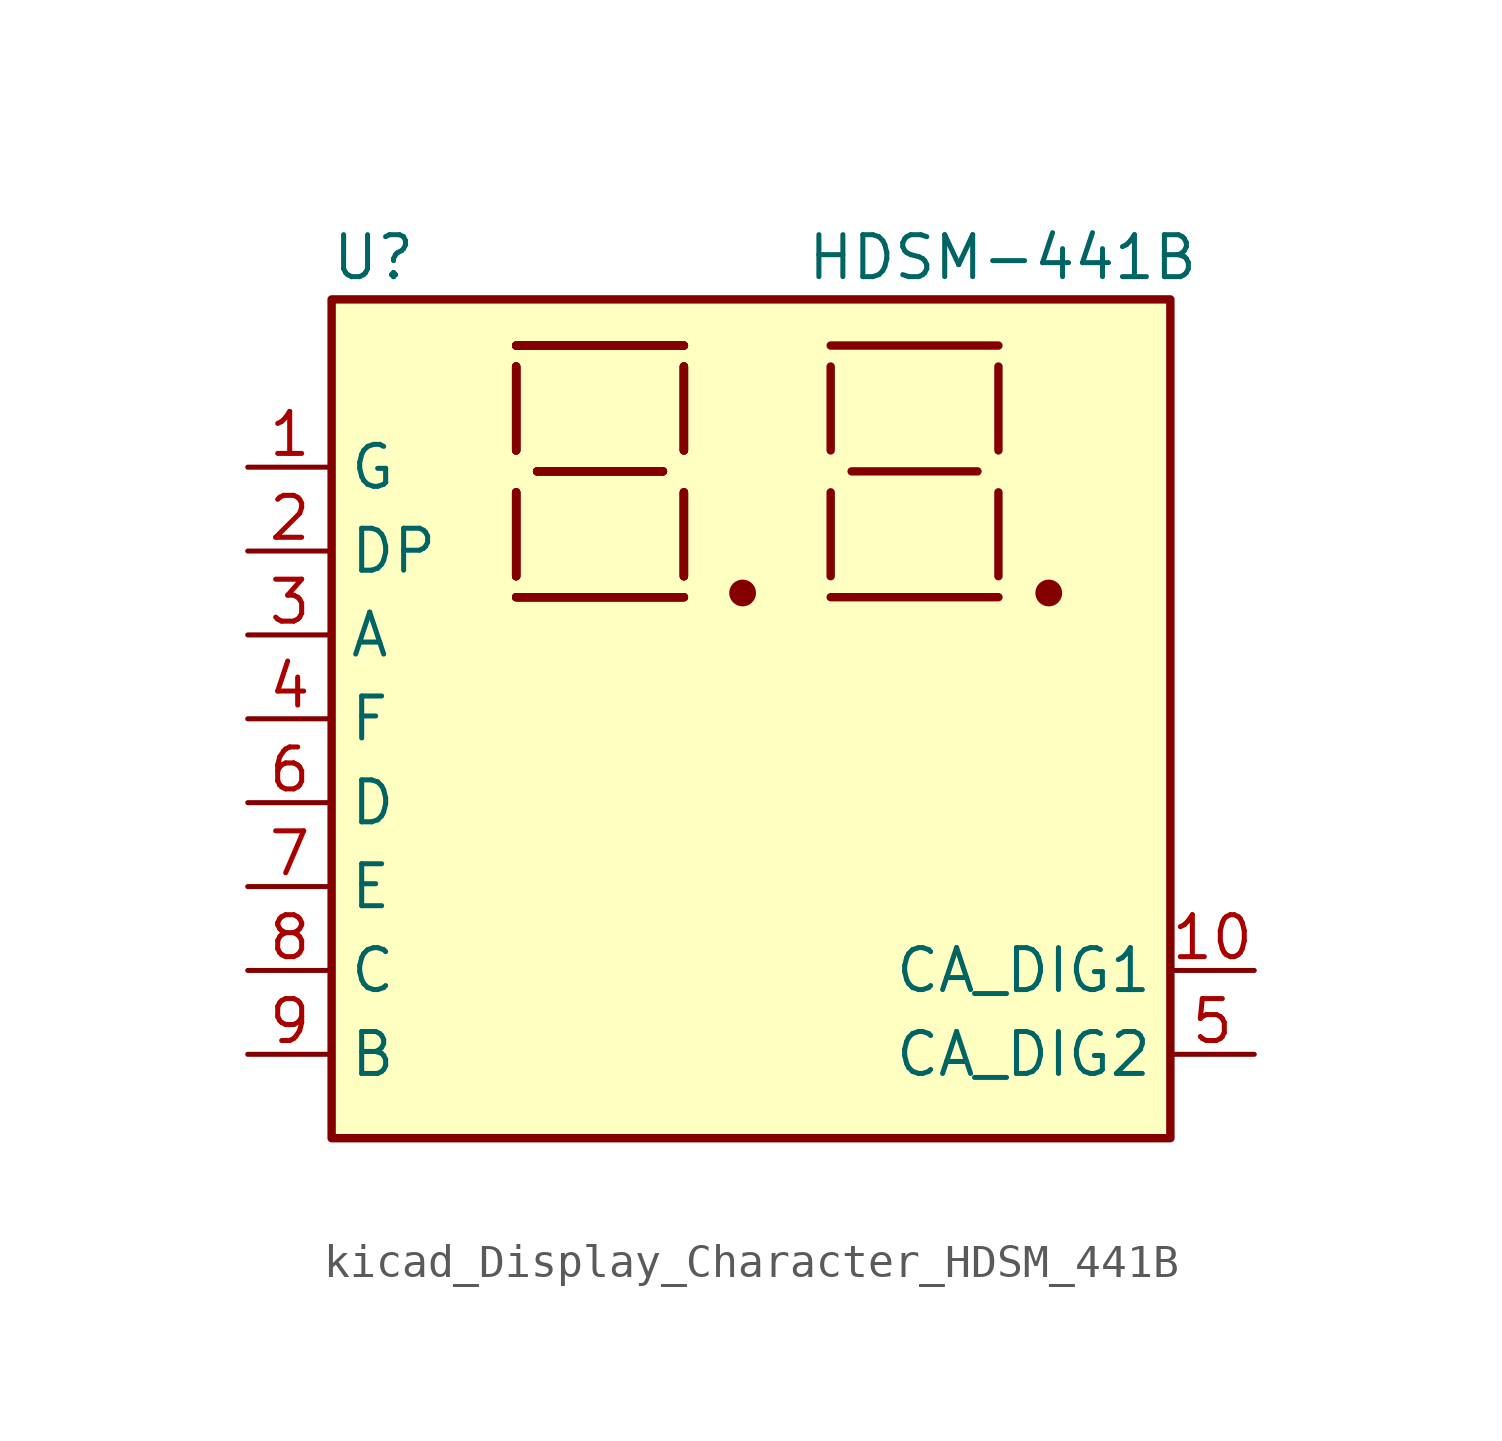
<source format=kicad_sym>
(kicad_symbol_lib
  (version 20220914)
  (generator kicad_symbol_editor)
  (symbol "kicad_Display_Character_HDSM_441B"
    (property "Reference" "U"
      (at -11.43 13.97 0)
      (effects (font (size 1.27 1.27))))
    (property "Value" "HDSM-441B"
      (at 7.62 13.97 0)
      (effects (font (size 1.27 1.27))))
    (symbol "kicad_Display_Character_HDSM_441B_0_1"
      (rectangle (start -12.7 12.7) (end 12.7 -12.7) (stroke (width 0.254) (type default)) (fill (type background)))
      (circle (center -0.254 3.81) (radius 0.279) (stroke (width 0.254) (type default)) (fill (type outline)))
      (polyline (pts (xy -7.112 3.683) (xy -2.032 3.683)) (stroke (width 0.254) (type default)) (fill (type none)))
      (polyline (pts (xy -7.112 3.683) (xy -2.032 3.683)) (stroke (width 0.254) (type default)) (fill (type none)))
      (polyline (pts (xy -7.112 3.683) (xy -2.032 3.683)) (stroke (width 0.254) (type default)) (fill (type none)))
      (polyline (pts (xy -7.112 3.683) (xy -2.032 3.683)) (stroke (width 0.254) (type default)) (fill (type none)))
      (polyline (pts (xy -7.112 4.318) (xy -7.112 6.858)) (stroke (width 0.254) (type default)) (fill (type none)))
      (polyline (pts (xy -7.112 4.318) (xy -7.112 6.858)) (stroke (width 0.254) (type default)) (fill (type none)))
      (polyline (pts (xy -7.112 4.318) (xy -7.112 6.858)) (stroke (width 0.254) (type default)) (fill (type none)))
      (polyline (pts (xy -7.112 4.318) (xy -7.112 6.858)) (stroke (width 0.254) (type default)) (fill (type none)))
      (polyline (pts (xy -7.112 8.128) (xy -7.112 10.668)) (stroke (width 0.254) (type default)) (fill (type none)))
      (polyline (pts (xy -7.112 8.128) (xy -7.112 10.668)) (stroke (width 0.254) (type default)) (fill (type none)))
      (polyline (pts (xy -7.112 8.128) (xy -7.112 10.668)) (stroke (width 0.254) (type default)) (fill (type none)))
      (polyline (pts (xy -7.112 8.128) (xy -7.112 10.668)) (stroke (width 0.254) (type default)) (fill (type none)))
      (polyline (pts (xy -7.112 11.303) (xy -2.032 11.303)) (stroke (width 0.254) (type default)) (fill (type none)))
      (polyline (pts (xy -7.112 11.303) (xy -2.032 11.303)) (stroke (width 0.254) (type default)) (fill (type none)))
      (polyline (pts (xy -7.112 11.303) (xy -2.032 11.303)) (stroke (width 0.254) (type default)) (fill (type none)))
      (polyline (pts (xy -7.112 11.303) (xy -2.032 11.303)) (stroke (width 0.254) (type default)) (fill (type none)))
      (polyline (pts (xy -6.477 7.493) (xy -2.667 7.493)) (stroke (width 0.254) (type default)) (fill (type none)))
      (polyline (pts (xy -6.477 7.493) (xy -2.667 7.493)) (stroke (width 0.254) (type default)) (fill (type none)))
      (polyline (pts (xy -6.477 7.493) (xy -2.667 7.493)) (stroke (width 0.254) (type default)) (fill (type none)))
      (polyline (pts (xy -6.477 7.493) (xy -2.667 7.493)) (stroke (width 0.254) (type default)) (fill (type none)))
      (polyline (pts (xy -2.032 4.318) (xy -2.032 6.858)) (stroke (width 0.254) (type default)) (fill (type none)))
      (polyline (pts (xy -2.032 4.318) (xy -2.032 6.858)) (stroke (width 0.254) (type default)) (fill (type none)))
      (polyline (pts (xy -2.032 4.318) (xy -2.032 6.858)) (stroke (width 0.254) (type default)) (fill (type none)))
      (polyline (pts (xy -2.032 4.318) (xy -2.032 6.858)) (stroke (width 0.254) (type default)) (fill (type none)))
      (polyline (pts (xy -2.032 10.668) (xy -2.032 8.128)) (stroke (width 0.254) (type default)) (fill (type none)))
      (polyline (pts (xy -2.032 10.668) (xy -2.032 8.128)) (stroke (width 0.254) (type default)) (fill (type none)))
      (polyline (pts (xy -2.032 10.668) (xy -2.032 8.128)) (stroke (width 0.254) (type default)) (fill (type none)))
      (polyline (pts (xy -2.032 10.668) (xy -2.032 8.128)) (stroke (width 0.254) (type default)) (fill (type none)))
      (polyline (pts (xy 2.413 3.683) (xy 7.493 3.683)) (stroke (width 0.254) (type default)) (fill (type none)))
      (polyline (pts (xy 2.413 4.318) (xy 2.413 6.858)) (stroke (width 0.254) (type default)) (fill (type none)))
      (polyline (pts (xy 2.413 8.128) (xy 2.413 10.668)) (stroke (width 0.254) (type default)) (fill (type none)))
      (polyline (pts (xy 2.413 11.303) (xy 7.493 11.303)) (stroke (width 0.254) (type default)) (fill (type none)))
      (polyline (pts (xy 3.048 7.493) (xy 6.858 7.493)) (stroke (width 0.254) (type default)) (fill (type none)))
      (polyline (pts (xy 7.493 4.318) (xy 7.493 6.858)) (stroke (width 0.254) (type default)) (fill (type none)))
      (polyline (pts (xy 7.493 8.128) (xy 7.493 10.668)) (stroke (width 0.254) (type default)) (fill (type none)))
      (circle (center 9.017 3.81) (radius 0.279) (stroke (width 0.254) (type default)) (fill (type outline))))
    (symbol "kicad_Display_Character_HDSM_441B_1_1"
      (pin input line (at -15.24 7.62 0) (length 2.54) (name "G" (effects (font (size 1.27 1.27)))) (number "1" (effects (font (size 1.27 1.27)))))
      (pin input line (at 15.24 -7.62 180) (length 2.54) (name "CA_DIG1" (effects (font (size 1.27 1.27)))) (number "10" (effects (font (size 1.27 1.27)))))
      (pin input line (at -15.24 5.08 0) (length 2.54) (name "DP" (effects (font (size 1.27 1.27)))) (number "2" (effects (font (size 1.27 1.27)))))
      (pin input line (at -15.24 2.54 0) (length 2.54) (name "A" (effects (font (size 1.27 1.27)))) (number "3" (effects (font (size 1.27 1.27)))))
      (pin input line (at -15.24 0 0) (length 2.54) (name "F" (effects (font (size 1.27 1.27)))) (number "4" (effects (font (size 1.27 1.27)))))
      (pin input line (at 15.24 -10.16 180) (length 2.54) (name "CA_DIG2" (effects (font (size 1.27 1.27)))) (number "5" (effects (font (size 1.27 1.27)))))
      (pin input line (at -15.24 -2.54 0) (length 2.54) (name "D" (effects (font (size 1.27 1.27)))) (number "6" (effects (font (size 1.27 1.27)))))
      (pin input line (at -15.24 -5.08 0) (length 2.54) (name "E" (effects (font (size 1.27 1.27)))) (number "7" (effects (font (size 1.27 1.27)))))
      (pin input line (at -15.24 -7.62 0) (length 2.54) (name "C" (effects (font (size 1.27 1.27)))) (number "8" (effects (font (size 1.27 1.27)))))
      (pin input line (at -15.24 -10.16 0) (length 2.54) (name "B" (effects (font (size 1.27 1.27)))) (number "9" (effects (font (size 1.27 1.27))))))))
</source>
